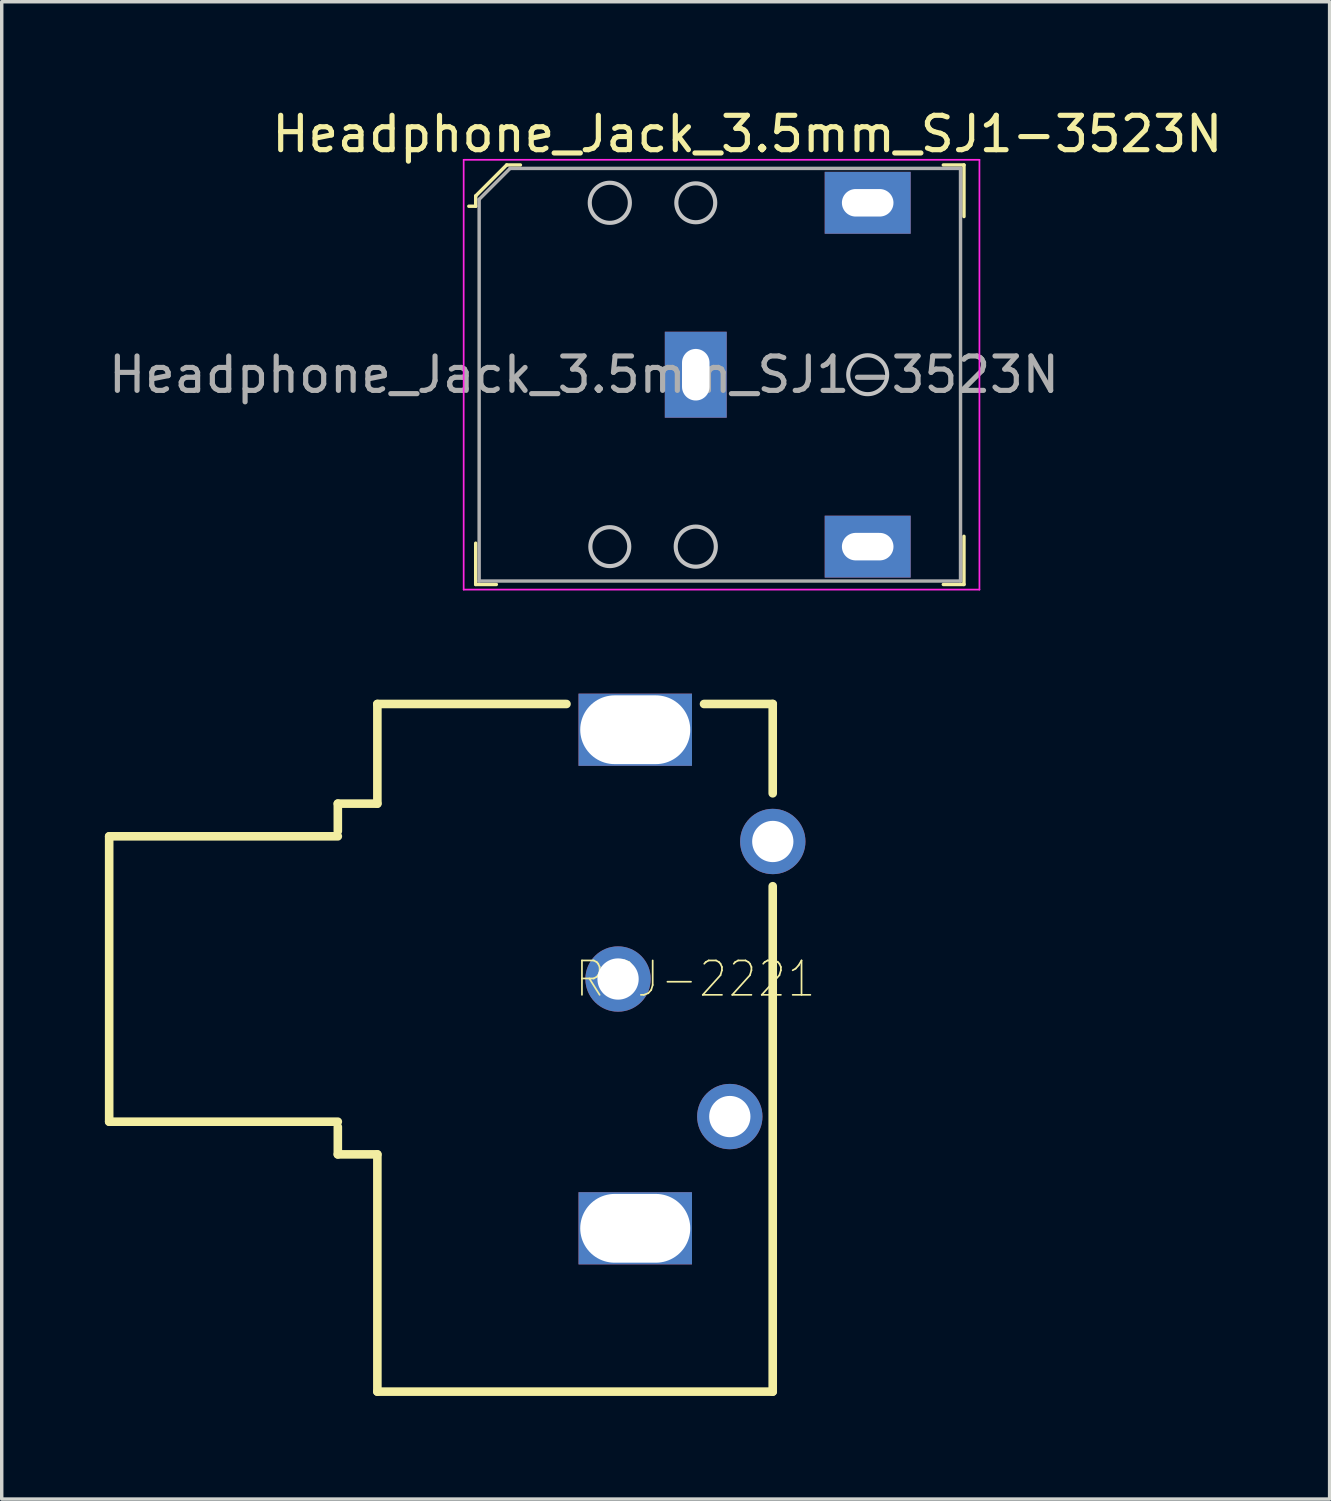
<source format=kicad_pcb>
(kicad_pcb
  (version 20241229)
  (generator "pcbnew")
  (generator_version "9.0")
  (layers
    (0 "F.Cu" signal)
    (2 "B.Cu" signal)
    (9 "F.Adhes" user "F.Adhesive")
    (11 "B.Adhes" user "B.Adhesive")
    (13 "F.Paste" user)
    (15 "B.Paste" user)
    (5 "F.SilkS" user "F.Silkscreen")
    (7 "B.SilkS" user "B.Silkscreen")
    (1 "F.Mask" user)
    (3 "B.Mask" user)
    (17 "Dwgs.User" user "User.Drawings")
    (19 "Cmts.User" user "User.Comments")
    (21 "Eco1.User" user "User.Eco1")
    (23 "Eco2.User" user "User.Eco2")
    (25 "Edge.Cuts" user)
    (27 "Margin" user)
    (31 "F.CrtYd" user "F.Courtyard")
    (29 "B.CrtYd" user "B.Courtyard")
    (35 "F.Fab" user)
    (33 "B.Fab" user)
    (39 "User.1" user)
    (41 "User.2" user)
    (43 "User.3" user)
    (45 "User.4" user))
  (footprint "RCJ-2221"
    (layer "F.Cu")
    (at 17.175 25.423)
    (property "Reference" "RCJ-2221" (at 0 0 0) (layer "F.SilkS") (effects (font (size 1 0.9) (thickness 0.05))))
    (attr through_hole)
    (fp_line (start -17.05 -4.15) (end -17.05 4.149) (stroke (width 0.25) (type solid)) (layer "F.SilkS"))
    (fp_line (start -17.05 4.149) (end -10.4 4.149) (stroke (width 0.25) (type solid)) (layer "F.SilkS"))
    (fp_line (start -10.4 -5.101) (end -10.4 -4.301) (stroke (width 0.25) (type solid)) (layer "F.SilkS"))
    (fp_line (start -10.4 -4.15) (end -17.05 -4.15) (stroke (width 0.25) (type solid)) (layer "F.SilkS"))
    (fp_line (start -10.4 5.1) (end -10.4 4.3) (stroke (width 0.25) (type solid)) (layer "F.SilkS"))
    (fp_line (start -9.252 -5.101) (end -10.4 -5.101) (stroke (width 0.25) (type solid)) (layer "F.SilkS"))
    (fp_line (start -9.252 5.1) (end -10.4 5.1) (stroke (width 0.25) (type solid)) (layer "F.SilkS"))
    (fp_line (start -9.25 -7.999) (end -9.25 -5.101) (stroke (width 0.25) (type solid)) (layer "F.SilkS"))
    (fp_line (start -9.25 12) (end -9.25 5.1) (stroke (width 0.25) (type solid)) (layer "F.SilkS"))
    (fp_line (start -3.75 -7.999) (end -9.25 -7.999) (stroke (width 0.25) (type solid)) (layer "F.SilkS"))
    (fp_line (start 0.25 -7.999) (end 2.25 -7.999) (stroke (width 0.25) (type solid)) (layer "F.SilkS"))
    (fp_line (start 2.248 -7.999) (end 2.248 -5.401) (stroke (width 0.25) (type solid)) (layer "F.SilkS"))
    (fp_line (start 2.248 -2.699) (end 2.248 12) (stroke (width 0.25) (type solid)) (layer "F.SilkS"))
    (fp_line (start 2.248 12) (end -9.25 12) (stroke (width 0.25) (type solid)) (layer "F.SilkS"))
    (pad "1" thru_hole circle (at -2.25 0) (size 1.9 1.9) (drill 1.2) (layers "*.Cu" "*.Mask"))
    (pad "2" thru_hole circle (at 1 4) (size 1.9 1.9) (drill 1.2) (layers "*.Cu" "*.Mask"))
    (pad "3" thru_hole circle (at 2.25 -4) (size 1.9 1.9) (drill 1.2) (layers "*.Cu" "*.Mask"))
    (pad "4" thru_hole rect (at -1.75 -7.25) (size 3.3 2.1) (drill oval 3.2 2) (layers "*.Cu" "*.Mask"))
    (pad "5" thru_hole rect (at -1.75 7.25) (size 3.3 2.1) (drill oval 3.2 2) (layers "*.Cu" "*.Mask")))
  (footprint "Headphone_Jack_3.5mm_SJ1-3523N"
    (layer "F.Cu")
    (at 22.185 7.848)
    (property "Reference" "Headphone_Jack_3.5mm_SJ1-3523N" (at -3.5 -7 0) (layer "F.SilkS") (effects (font (size 1 1) (thickness 0.15))))
    (attr through_hole)
    (fp_line (start -11.4 -5.2) (end -11.4 -4.9) (stroke (width 0.1) (type solid)) (layer "F.SilkS"))
    (fp_line (start -11.4 -4.9) (end -11.6 -4.9) (stroke (width 0.1) (type solid)) (layer "F.SilkS"))
    (fp_line (start -11.4 6.1) (end -11.4 4.9) (stroke (width 0.1) (type solid)) (layer "F.SilkS"))
    (fp_line (start -10.8 6.1) (end -11.4 6.1) (stroke (width 0.1) (type solid)) (layer "F.SilkS"))
    (fp_line (start -10.5 -6.1) (end -11.4 -5.2) (stroke (width 0.1) (type solid)) (layer "F.SilkS"))
    (fp_line (start -10.1 -6.1) (end -10.5 -6.1) (stroke (width 0.1) (type solid)) (layer "F.SilkS"))
    (fp_line (start 2.2 -6.1) (end 2.8 -6.1) (stroke (width 0.1) (type solid)) (layer "F.SilkS"))
    (fp_line (start 2.2 6.1) (end 2.8 6.1) (stroke (width 0.1) (type solid)) (layer "F.SilkS"))
    (fp_line (start 2.8 -6.1) (end 2.8 -4.6) (stroke (width 0.1) (type solid)) (layer "F.SilkS"))
    (fp_line (start 2.8 6.1) (end 2.8 4.7) (stroke (width 0.1) (type solid)) (layer "F.SilkS"))
    (fp_circle (center -7.5 -5) (end -7 -4.7) (stroke (width 0.12) (type solid)) (fill no) (layer "Dwgs.User"))
    (fp_circle (center -7.5 5) (end -7.1 5.4) (stroke (width 0.12) (type solid)) (fill no) (layer "Dwgs.User"))
    (fp_circle (center -5 -5) (end -4.6 -4.6) (stroke (width 0.12) (type solid)) (fill no) (layer "Dwgs.User"))
    (fp_circle (center -5 5) (end -4.5 5.3) (stroke (width 0.12) (type solid)) (fill no) (layer "Dwgs.User"))
    (fp_circle (center 0 0) (end 0.4 0.4) (stroke (width 0.12) (type solid)) (fill no) (layer "Dwgs.User"))
    (fp_line (start -11.75 -6.25) (end -11.75 6.25) (stroke (width 0.05) (type solid)) (layer "F.CrtYd"))
    (fp_line (start -11.75 -6.25) (end 3.25 -6.25) (stroke (width 0.05) (type solid)) (layer "F.CrtYd"))
    (fp_line (start -11.75 6.25) (end 3.25 6.25) (stroke (width 0.05) (type solid)) (layer "F.CrtYd"))
    (fp_line (start 3.25 -6.25) (end 3.25 6.25) (stroke (width 0.05) (type solid)) (layer "F.CrtYd"))
    (fp_line (start -11.3 -5.1) (end -11.3 6) (stroke (width 0.1) (type solid)) (layer "F.Fab"))
    (fp_line (start -11.3 -5.1) (end -10.4 -6) (stroke (width 0.1) (type solid)) (layer "F.Fab"))
    (fp_line (start -11.3 6) (end 2.7 6) (stroke (width 0.1) (type solid)) (layer "F.Fab"))
    (fp_line (start -10.4 -6) (end 2.7 -6) (stroke (width 0.1) (type solid)) (layer "F.Fab"))
    (fp_line (start 2.7 -6) (end 2.7 6) (stroke (width 0.1) (type solid)) (layer "F.Fab"))
    (fp_text user "${REFERENCE}" (at -8.25 0 0) (layer "F.Fab") (effects (font (size 1 1) (thickness 0.15))))
    (pad "1" thru_hole rect (at -5 0) (size 1.8 2.5) (drill oval 0.8 1.5) (layers "*.Cu" "*.Mask"))
    (pad "2" thru_hole rect (at 0 5) (size 2.5 1.8) (drill oval 1.5 0.8) (layers "*.Cu" "*.Mask"))
    (pad "3" thru_hole rect (at 0 -5) (size 2.5 1.8) (drill oval 1.5 0.8) (layers "*.Cu" "*.Mask")))
  (gr_rect
    (start -3 -3)
    (end 35.619 40.548)
    (stroke (width 0.1) (type default))
    (fill no)
    (layer "Edge.Cuts")))
</source>
